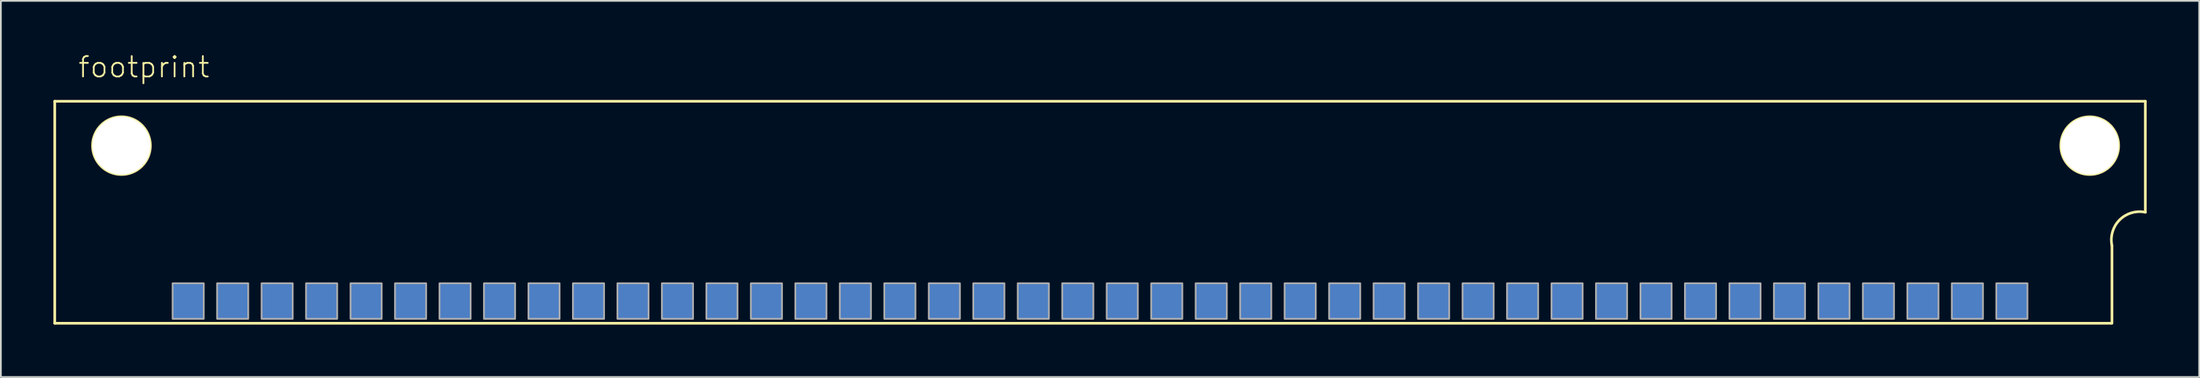
<source format=kicad_pcb>
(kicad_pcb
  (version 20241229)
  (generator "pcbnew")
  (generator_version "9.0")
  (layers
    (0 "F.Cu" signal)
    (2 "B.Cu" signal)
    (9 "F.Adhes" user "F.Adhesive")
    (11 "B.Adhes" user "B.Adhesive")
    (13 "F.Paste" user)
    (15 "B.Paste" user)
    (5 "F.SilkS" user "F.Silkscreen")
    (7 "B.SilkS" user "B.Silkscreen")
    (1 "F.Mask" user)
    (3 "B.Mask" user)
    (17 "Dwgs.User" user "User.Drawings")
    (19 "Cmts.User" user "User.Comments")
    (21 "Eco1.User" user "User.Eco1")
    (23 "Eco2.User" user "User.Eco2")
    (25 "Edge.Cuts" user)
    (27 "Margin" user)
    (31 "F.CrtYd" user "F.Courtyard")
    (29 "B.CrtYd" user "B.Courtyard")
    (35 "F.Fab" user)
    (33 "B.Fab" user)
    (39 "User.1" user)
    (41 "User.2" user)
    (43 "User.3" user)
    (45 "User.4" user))
  (footprint "footprint"
    (layer "F.Cu")
    (at 58.496 7.823)
    (property "Reference" "footprint" (at -57.15 -6.35 0) (layer "F.SilkS") (effects (font (size 1.168 1.168) (thickness 0.102)) (justify left bottom)))
    (fp_line (start -58.42 -5.08) (end -58.42 7.62) (stroke (width 0.152) (type solid)) (layer "F.SilkS"))
    (fp_line (start -58.42 -5.08) (end 60.96 -5.08) (stroke (width 0.152) (type solid)) (layer "F.SilkS"))
    (fp_line (start -58.42 7.62) (end 59.03 7.62) (stroke (width 0.152) (type solid)) (layer "F.SilkS"))
    (fp_line (start 59.055 7.62) (end 59.055 3.175) (stroke (width 0.152) (type solid)) (layer "F.SilkS"))
    (fp_line (start 60.96 -5.08) (end 60.96 1.27) (stroke (width 0.152) (type solid)) (layer "F.SilkS"))
    (fp_arc (start 59.055 3.175) (mid 59.492033 1.707033) (end 60.96 1.27) (stroke (width 0.1524) (type solid)) (layer "F.SilkS"))
    (fp_circle (center -54.61 -2.54) (end -52.959 -2.54) (stroke (width 0.152) (type solid)) (fill no) (layer "F.SilkS"))
    (fp_circle (center 57.785 -2.54) (end 59.436 -2.54) (stroke (width 0.152) (type solid)) (fill no) (layer "F.SilkS"))
    (fp_poly (pts (xy -51.689 7.366) (xy -49.911 7.366) (xy -49.911 5.334) (xy -51.689 5.334)) (stroke (width 0.1) (type solid)) (fill no) (layer "F.Fab"))
    (fp_poly (pts (xy -49.149 7.366) (xy -47.371 7.366) (xy -47.371 5.334) (xy -49.149 5.334)) (stroke (width 0.1) (type solid)) (fill no) (layer "F.Fab"))
    (fp_poly (pts (xy -46.609 7.366) (xy -44.831 7.366) (xy -44.831 5.334) (xy -46.609 5.334)) (stroke (width 0.1) (type solid)) (fill no) (layer "F.Fab"))
    (fp_poly (pts (xy -44.069 7.366) (xy -42.291 7.366) (xy -42.291 5.334) (xy -44.069 5.334)) (stroke (width 0.1) (type solid)) (fill no) (layer "F.Fab"))
    (fp_poly (pts (xy -41.529 7.366) (xy -39.751 7.366) (xy -39.751 5.334) (xy -41.529 5.334)) (stroke (width 0.1) (type solid)) (fill no) (layer "F.Fab"))
    (fp_poly (pts (xy -38.989 7.366) (xy -37.211 7.366) (xy -37.211 5.334) (xy -38.989 5.334)) (stroke (width 0.1) (type solid)) (fill no) (layer "F.Fab"))
    (fp_poly (pts (xy -36.449 7.366) (xy -34.671 7.366) (xy -34.671 5.334) (xy -36.449 5.334)) (stroke (width 0.1) (type solid)) (fill no) (layer "F.Fab"))
    (fp_poly (pts (xy -33.909 7.366) (xy -32.131 7.366) (xy -32.131 5.334) (xy -33.909 5.334)) (stroke (width 0.1) (type solid)) (fill no) (layer "F.Fab"))
    (fp_poly (pts (xy -31.369 7.366) (xy -29.591 7.366) (xy -29.591 5.334) (xy -31.369 5.334)) (stroke (width 0.1) (type solid)) (fill no) (layer "F.Fab"))
    (fp_poly (pts (xy -28.829 7.366) (xy -27.051 7.366) (xy -27.051 5.334) (xy -28.829 5.334)) (stroke (width 0.1) (type solid)) (fill no) (layer "F.Fab"))
    (fp_poly (pts (xy -26.289 7.366) (xy -24.511 7.366) (xy -24.511 5.334) (xy -26.289 5.334)) (stroke (width 0.1) (type solid)) (fill no) (layer "F.Fab"))
    (fp_poly (pts (xy -23.749 7.366) (xy -21.971 7.366) (xy -21.971 5.334) (xy -23.749 5.334)) (stroke (width 0.1) (type solid)) (fill no) (layer "F.Fab"))
    (fp_poly (pts (xy -21.209 7.366) (xy -19.431 7.366) (xy -19.431 5.334) (xy -21.209 5.334)) (stroke (width 0.1) (type solid)) (fill no) (layer "F.Fab"))
    (fp_poly (pts (xy -18.669 7.366) (xy -16.891 7.366) (xy -16.891 5.334) (xy -18.669 5.334)) (stroke (width 0.1) (type solid)) (fill no) (layer "F.Fab"))
    (fp_poly (pts (xy -16.129 7.366) (xy -14.351 7.366) (xy -14.351 5.334) (xy -16.129 5.334)) (stroke (width 0.1) (type solid)) (fill no) (layer "F.Fab"))
    (fp_poly (pts (xy -13.589 7.366) (xy -11.811 7.366) (xy -11.811 5.334) (xy -13.589 5.334)) (stroke (width 0.1) (type solid)) (fill no) (layer "F.Fab"))
    (fp_poly (pts (xy -11.049 7.366) (xy -9.271 7.366) (xy -9.271 5.334) (xy -11.049 5.334)) (stroke (width 0.1) (type solid)) (fill no) (layer "F.Fab"))
    (fp_poly (pts (xy -8.509 7.366) (xy -6.731 7.366) (xy -6.731 5.334) (xy -8.509 5.334)) (stroke (width 0.1) (type solid)) (fill no) (layer "F.Fab"))
    (fp_poly (pts (xy -5.969 7.366) (xy -4.191 7.366) (xy -4.191 5.334) (xy -5.969 5.334)) (stroke (width 0.1) (type solid)) (fill no) (layer "F.Fab"))
    (fp_poly (pts (xy -3.429 7.366) (xy -1.651 7.366) (xy -1.651 5.334) (xy -3.429 5.334)) (stroke (width 0.1) (type solid)) (fill no) (layer "F.Fab"))
    (fp_poly (pts (xy -0.889 7.366) (xy 0.889 7.366) (xy 0.889 5.334) (xy -0.889 5.334)) (stroke (width 0.1) (type solid)) (fill no) (layer "F.Fab"))
    (fp_poly (pts (xy 1.651 7.366) (xy 3.429 7.366) (xy 3.429 5.334) (xy 1.651 5.334)) (stroke (width 0.1) (type solid)) (fill no) (layer "F.Fab"))
    (fp_poly (pts (xy 4.191 7.366) (xy 5.969 7.366) (xy 5.969 5.334) (xy 4.191 5.334)) (stroke (width 0.1) (type solid)) (fill no) (layer "F.Fab"))
    (fp_poly (pts (xy 6.731 7.366) (xy 8.509 7.366) (xy 8.509 5.334) (xy 6.731 5.334)) (stroke (width 0.1) (type solid)) (fill no) (layer "F.Fab"))
    (fp_poly (pts (xy 9.271 7.366) (xy 11.049 7.366) (xy 11.049 5.334) (xy 9.271 5.334)) (stroke (width 0.1) (type solid)) (fill no) (layer "F.Fab"))
    (fp_poly (pts (xy 11.811 7.366) (xy 13.589 7.366) (xy 13.589 5.334) (xy 11.811 5.334)) (stroke (width 0.1) (type solid)) (fill no) (layer "F.Fab"))
    (fp_poly (pts (xy 14.351 7.366) (xy 16.129 7.366) (xy 16.129 5.334) (xy 14.351 5.334)) (stroke (width 0.1) (type solid)) (fill no) (layer "F.Fab"))
    (fp_poly (pts (xy 16.891 7.366) (xy 18.669 7.366) (xy 18.669 5.334) (xy 16.891 5.334)) (stroke (width 0.1) (type solid)) (fill no) (layer "F.Fab"))
    (fp_poly (pts (xy 19.431 7.366) (xy 21.209 7.366) (xy 21.209 5.334) (xy 19.431 5.334)) (stroke (width 0.1) (type solid)) (fill no) (layer "F.Fab"))
    (fp_poly (pts (xy 21.971 7.366) (xy 23.749 7.366) (xy 23.749 5.334) (xy 21.971 5.334)) (stroke (width 0.1) (type solid)) (fill no) (layer "F.Fab"))
    (fp_poly (pts (xy 24.511 7.366) (xy 26.289 7.366) (xy 26.289 5.334) (xy 24.511 5.334)) (stroke (width 0.1) (type solid)) (fill no) (layer "F.Fab"))
    (fp_poly (pts (xy 27.051 7.366) (xy 28.829 7.366) (xy 28.829 5.334) (xy 27.051 5.334)) (stroke (width 0.1) (type solid)) (fill no) (layer "F.Fab"))
    (fp_poly (pts (xy 29.591 7.366) (xy 31.369 7.366) (xy 31.369 5.334) (xy 29.591 5.334)) (stroke (width 0.1) (type solid)) (fill no) (layer "F.Fab"))
    (fp_poly (pts (xy 32.131 7.366) (xy 33.909 7.366) (xy 33.909 5.334) (xy 32.131 5.334)) (stroke (width 0.1) (type solid)) (fill no) (layer "F.Fab"))
    (fp_poly (pts (xy 34.671 7.366) (xy 36.449 7.366) (xy 36.449 5.334) (xy 34.671 5.334)) (stroke (width 0.1) (type solid)) (fill no) (layer "F.Fab"))
    (fp_poly (pts (xy 37.211 7.366) (xy 38.989 7.366) (xy 38.989 5.334) (xy 37.211 5.334)) (stroke (width 0.1) (type solid)) (fill no) (layer "F.Fab"))
    (fp_poly (pts (xy 39.751 7.366) (xy 41.529 7.366) (xy 41.529 5.334) (xy 39.751 5.334)) (stroke (width 0.1) (type solid)) (fill no) (layer "F.Fab"))
    (fp_poly (pts (xy 42.291 7.366) (xy 44.069 7.366) (xy 44.069 5.334) (xy 42.291 5.334)) (stroke (width 0.1) (type solid)) (fill no) (layer "F.Fab"))
    (fp_poly (pts (xy 44.831 7.366) (xy 46.609 7.366) (xy 46.609 5.334) (xy 44.831 5.334)) (stroke (width 0.1) (type solid)) (fill no) (layer "F.Fab"))
    (fp_poly (pts (xy 47.371 7.366) (xy 49.149 7.366) (xy 49.149 5.334) (xy 47.371 5.334)) (stroke (width 0.1) (type solid)) (fill no) (layer "F.Fab"))
    (fp_poly (pts (xy 49.911 7.366) (xy 51.689 7.366) (xy 51.689 5.334) (xy 49.911 5.334)) (stroke (width 0.1) (type solid)) (fill no) (layer "F.Fab"))
    (fp_poly (pts (xy 52.451 7.366) (xy 54.229 7.366) (xy 54.229 5.334) (xy 52.451 5.334)) (stroke (width 0.1) (type solid)) (fill no) (layer "F.Fab"))
    (pad "" np_thru_hole circle (at -54.61 -2.54) (size 3.302 3.302) (drill 3.302) (layers "*.Cu" "*.Mask"))
    (pad "" np_thru_hole circle (at 57.785 -2.54) (size 3.302 3.302) (drill 3.302) (layers "*.Cu" "*.Mask"))
    (pad "1B" smd rect (at 53.34 6.35) (size 1.778 2.032) (layers "B.Cu" "B.Mask" "B.Paste"))
    (pad "1T" smd rect (at 53.34 6.35) (size 1.778 2.032) (layers "F.Cu" "F.Mask" "F.Paste"))
    (pad "2B" smd rect (at 50.8 6.35) (size 1.778 2.032) (layers "B.Cu" "B.Mask" "B.Paste"))
    (pad "2T" smd rect (at 50.8 6.35) (size 1.778 2.032) (layers "F.Cu" "F.Mask" "F.Paste"))
    (pad "3B" smd rect (at 48.26 6.35) (size 1.778 2.032) (layers "B.Cu" "B.Mask" "B.Paste"))
    (pad "3T" smd rect (at 48.26 6.35) (size 1.778 2.032) (layers "F.Cu" "F.Mask" "F.Paste"))
    (pad "4B" smd rect (at 45.72 6.35) (size 1.778 2.032) (layers "B.Cu" "B.Mask" "B.Paste"))
    (pad "4T" smd rect (at 45.72 6.35) (size 1.778 2.032) (layers "F.Cu" "F.Mask" "F.Paste"))
    (pad "5B" smd rect (at 43.18 6.35) (size 1.778 2.032) (layers "B.Cu" "B.Mask" "B.Paste"))
    (pad "5T" smd rect (at 43.18 6.35) (size 1.778 2.032) (layers "F.Cu" "F.Mask" "F.Paste"))
    (pad "6B" smd rect (at 40.64 6.35) (size 1.778 2.032) (layers "B.Cu" "B.Mask" "B.Paste"))
    (pad "6T" smd rect (at 40.64 6.35) (size 1.778 2.032) (layers "F.Cu" "F.Mask" "F.Paste"))
    (pad "7B" smd rect (at 38.1 6.35) (size 1.778 2.032) (layers "B.Cu" "B.Mask" "B.Paste"))
    (pad "7T" smd rect (at 38.1 6.35) (size 1.778 2.032) (layers "F.Cu" "F.Mask" "F.Paste"))
    (pad "8B" smd rect (at 35.56 6.35) (size 1.778 2.032) (layers "B.Cu" "B.Mask" "B.Paste"))
    (pad "8T" smd rect (at 35.56 6.35) (size 1.778 2.032) (layers "F.Cu" "F.Mask" "F.Paste"))
    (pad "9B" smd rect (at 33.02 6.35) (size 1.778 2.032) (layers "B.Cu" "B.Mask" "B.Paste"))
    (pad "9T" smd rect (at 33.02 6.35) (size 1.778 2.032) (layers "F.Cu" "F.Mask" "F.Paste"))
    (pad "10B" smd rect (at 30.48 6.35) (size 1.778 2.032) (layers "B.Cu" "B.Mask" "B.Paste"))
    (pad "10T" smd rect (at 30.48 6.35) (size 1.778 2.032) (layers "F.Cu" "F.Mask" "F.Paste"))
    (pad "11B" smd rect (at 27.94 6.35) (size 1.778 2.032) (layers "B.Cu" "B.Mask" "B.Paste"))
    (pad "11T" smd rect (at 27.94 6.35) (size 1.778 2.032) (layers "F.Cu" "F.Mask" "F.Paste"))
    (pad "12B" smd rect (at 25.4 6.35) (size 1.778 2.032) (layers "B.Cu" "B.Mask" "B.Paste"))
    (pad "12T" smd rect (at 25.4 6.35) (size 1.778 2.032) (layers "F.Cu" "F.Mask" "F.Paste"))
    (pad "13B" smd rect (at 22.86 6.35) (size 1.778 2.032) (layers "B.Cu" "B.Mask" "B.Paste"))
    (pad "13T" smd rect (at 22.86 6.35) (size 1.778 2.032) (layers "F.Cu" "F.Mask" "F.Paste"))
    (pad "14B" smd rect (at 20.32 6.35) (size 1.778 2.032) (layers "B.Cu" "B.Mask" "B.Paste"))
    (pad "14T" smd rect (at 20.32 6.35) (size 1.778 2.032) (layers "F.Cu" "F.Mask" "F.Paste"))
    (pad "15B" smd rect (at 17.78 6.35) (size 1.778 2.032) (layers "B.Cu" "B.Mask" "B.Paste"))
    (pad "15T" smd rect (at 17.78 6.35) (size 1.778 2.032) (layers "F.Cu" "F.Mask" "F.Paste"))
    (pad "16B" smd rect (at 15.24 6.35) (size 1.778 2.032) (layers "B.Cu" "B.Mask" "B.Paste"))
    (pad "16T" smd rect (at 15.24 6.35) (size 1.778 2.032) (layers "F.Cu" "F.Mask" "F.Paste"))
    (pad "17B" smd rect (at 12.7 6.35) (size 1.778 2.032) (layers "B.Cu" "B.Mask" "B.Paste"))
    (pad "17T" smd rect (at 12.7 6.35) (size 1.778 2.032) (layers "F.Cu" "F.Mask" "F.Paste"))
    (pad "18B" smd rect (at 10.16 6.35) (size 1.778 2.032) (layers "B.Cu" "B.Mask" "B.Paste"))
    (pad "18T" smd rect (at 10.16 6.35) (size 1.778 2.032) (layers "F.Cu" "F.Mask" "F.Paste"))
    (pad "19B" smd rect (at 7.62 6.35) (size 1.778 2.032) (layers "B.Cu" "B.Mask" "B.Paste"))
    (pad "19T" smd rect (at 7.62 6.35) (size 1.778 2.032) (layers "F.Cu" "F.Mask" "F.Paste"))
    (pad "20B" smd rect (at 5.08 6.35) (size 1.778 2.032) (layers "B.Cu" "B.Mask" "B.Paste"))
    (pad "20T" smd rect (at 5.08 6.35) (size 1.778 2.032) (layers "F.Cu" "F.Mask" "F.Paste"))
    (pad "21B" smd rect (at 2.54 6.35) (size 1.778 2.032) (layers "B.Cu" "B.Mask" "B.Paste"))
    (pad "21T" smd rect (at 2.54 6.35) (size 1.778 2.032) (layers "F.Cu" "F.Mask" "F.Paste"))
    (pad "22B" smd rect (at 0 6.35) (size 1.778 2.032) (layers "B.Cu" "B.Mask" "B.Paste"))
    (pad "22T" smd rect (at 0 6.35) (size 1.778 2.032) (layers "F.Cu" "F.Mask" "F.Paste"))
    (pad "23B" smd rect (at -2.54 6.35) (size 1.778 2.032) (layers "B.Cu" "B.Mask" "B.Paste"))
    (pad "23T" smd rect (at -2.54 6.35) (size 1.778 2.032) (layers "F.Cu" "F.Mask" "F.Paste"))
    (pad "24B" smd rect (at -5.08 6.35) (size 1.778 2.032) (layers "B.Cu" "B.Mask" "B.Paste"))
    (pad "24T" smd rect (at -5.08 6.35) (size 1.778 2.032) (layers "F.Cu" "F.Mask" "F.Paste"))
    (pad "25B" smd rect (at -7.62 6.35) (size 1.778 2.032) (layers "B.Cu" "B.Mask" "B.Paste"))
    (pad "25T" smd rect (at -7.62 6.35) (size 1.778 2.032) (layers "F.Cu" "F.Mask" "F.Paste"))
    (pad "26B" smd rect (at -10.16 6.35) (size 1.778 2.032) (layers "B.Cu" "B.Mask" "B.Paste"))
    (pad "26T" smd rect (at -10.16 6.35) (size 1.778 2.032) (layers "F.Cu" "F.Mask" "F.Paste"))
    (pad "27B" smd rect (at -12.7 6.35) (size 1.778 2.032) (layers "B.Cu" "B.Mask" "B.Paste"))
    (pad "27T" smd rect (at -12.7 6.35) (size 1.778 2.032) (layers "F.Cu" "F.Mask" "F.Paste"))
    (pad "28B" smd rect (at -15.24 6.35) (size 1.778 2.032) (layers "B.Cu" "B.Mask" "B.Paste"))
    (pad "28T" smd rect (at -15.24 6.35) (size 1.778 2.032) (layers "F.Cu" "F.Mask" "F.Paste"))
    (pad "29B" smd rect (at -17.78 6.35) (size 1.778 2.032) (layers "B.Cu" "B.Mask" "B.Paste"))
    (pad "29T" smd rect (at -17.78 6.35) (size 1.778 2.032) (layers "F.Cu" "F.Mask" "F.Paste"))
    (pad "30B" smd rect (at -20.32 6.35) (size 1.778 2.032) (layers "B.Cu" "B.Mask" "B.Paste"))
    (pad "30T" smd rect (at -20.32 6.35) (size 1.778 2.032) (layers "F.Cu" "F.Mask" "F.Paste"))
    (pad "31B" smd rect (at -22.86 6.35) (size 1.778 2.032) (layers "B.Cu" "B.Mask" "B.Paste"))
    (pad "31T" smd rect (at -22.86 6.35) (size 1.778 2.032) (layers "F.Cu" "F.Mask" "F.Paste"))
    (pad "32B" smd rect (at -25.4 6.35) (size 1.778 2.032) (layers "B.Cu" "B.Mask" "B.Paste"))
    (pad "32T" smd rect (at -25.4 6.35) (size 1.778 2.032) (layers "F.Cu" "F.Mask" "F.Paste"))
    (pad "33B" smd rect (at -27.94 6.35) (size 1.778 2.032) (layers "B.Cu" "B.Mask" "B.Paste"))
    (pad "33T" smd rect (at -27.94 6.35) (size 1.778 2.032) (layers "F.Cu" "F.Mask" "F.Paste"))
    (pad "34B" smd rect (at -30.48 6.35) (size 1.778 2.032) (layers "B.Cu" "B.Mask" "B.Paste"))
    (pad "34T" smd rect (at -30.48 6.35) (size 1.778 2.032) (layers "F.Cu" "F.Mask" "F.Paste"))
    (pad "35B" smd rect (at -33.02 6.35) (size 1.778 2.032) (layers "B.Cu" "B.Mask" "B.Paste"))
    (pad "35T" smd rect (at -33.02 6.35) (size 1.778 2.032) (layers "F.Cu" "F.Mask" "F.Paste"))
    (pad "36B" smd rect (at -35.56 6.35) (size 1.778 2.032) (layers "B.Cu" "B.Mask" "B.Paste"))
    (pad "36T" smd rect (at -35.56 6.35) (size 1.778 2.032) (layers "F.Cu" "F.Mask" "F.Paste"))
    (pad "37B" smd rect (at -38.1 6.35) (size 1.778 2.032) (layers "B.Cu" "B.Mask" "B.Paste"))
    (pad "37T" smd rect (at -38.1 6.35) (size 1.778 2.032) (layers "F.Cu" "F.Mask" "F.Paste"))
    (pad "38B" smd rect (at -40.64 6.35) (size 1.778 2.032) (layers "B.Cu" "B.Mask" "B.Paste"))
    (pad "38T" smd rect (at -40.64 6.35) (size 1.778 2.032) (layers "F.Cu" "F.Mask" "F.Paste"))
    (pad "39B" smd rect (at -43.18 6.35) (size 1.778 2.032) (layers "B.Cu" "B.Mask" "B.Paste"))
    (pad "39T" smd rect (at -43.18 6.35) (size 1.778 2.032) (layers "F.Cu" "F.Mask" "F.Paste"))
    (pad "40B" smd rect (at -45.72 6.35) (size 1.778 2.032) (layers "B.Cu" "B.Mask" "B.Paste"))
    (pad "40T" smd rect (at -45.72 6.35) (size 1.778 2.032) (layers "F.Cu" "F.Mask" "F.Paste"))
    (pad "41B" smd rect (at -48.26 6.35) (size 1.778 2.032) (layers "B.Cu" "B.Mask" "B.Paste"))
    (pad "41T" smd rect (at -48.26 6.35) (size 1.778 2.032) (layers "F.Cu" "F.Mask" "F.Paste"))
    (pad "42B" smd rect (at -50.8 6.35) (size 1.778 2.032) (layers "B.Cu" "B.Mask" "B.Paste"))
    (pad "42T" smd rect (at -50.8 6.35) (size 1.778 2.032) (layers "F.Cu" "F.Mask" "F.Paste")))
  (gr_rect
    (start -3 -3)
    (end 122.532 18.519)
    (stroke (width 0.1) (type default))
    (fill no)
    (layer "Edge.Cuts")))
</source>
